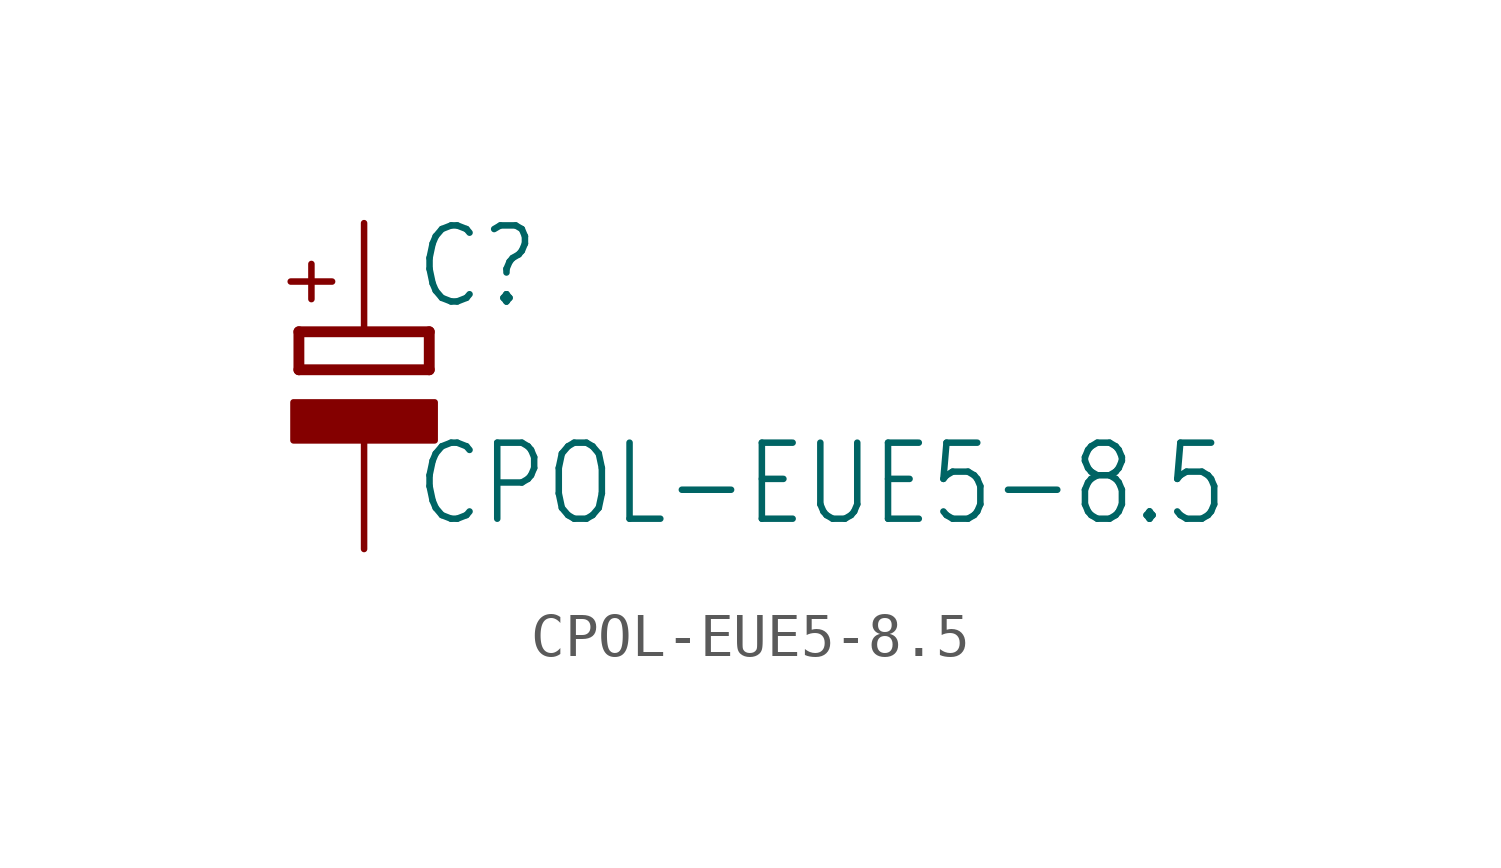
<source format=kicad_sym>
(kicad_symbol_lib
  (version 20210619)
  (generator kicad_symbol_editor)
  (symbol "CPOL-EUE5-8.5"
    (property "Reference" "C"
      (at 1.143 0.483 0)
      (effects (font (size 1.778 1.511)) (justify left bottom)))
    (property "Value" "CPOL-EUE5-8.5"
      (at 1.143 -4.597 0)
      (effects (font (size 1.778 1.511)) (justify left bottom)))
    (property "ki_locked" ""
      (at 0 0 0)
      (effects (font (size 1.27 1.27))))
    (symbol "CPOL-EUE5-8.5_1_0"
      (text "+" (at -0.584 0.406 900) (effects (font (size 1.27 1.079)) (justify left bottom)))
      (rectangle (start -1.651 -2.54) (end 1.651 -1.651) (stroke (width 0)) (fill (type outline)))
      (polyline (pts (xy -1.524 -0.889) (xy 1.524 -0.889)) (stroke (width 0.254)) (fill (type none)))
      (polyline (pts (xy -1.524 0) (xy -1.524 -0.889)) (stroke (width 0.254)) (fill (type none)))
      (polyline (pts (xy -1.524 0) (xy 1.524 0)) (stroke (width 0.254)) (fill (type none)))
      (polyline (pts (xy 1.524 -0.889) (xy 1.524 0)) (stroke (width 0.254)) (fill (type none)))
      (pin passive line (at 0 2.54 270) (length 2.54) (name "+" (effects (font (size 0 0)))) (number "+" (effects (font (size 0 0)))))
      (pin passive line (at 0 -5.08 90) (length 2.54) (name "-" (effects (font (size 0 0)))) (number "-" (effects (font (size 0 0))))))))
</source>
